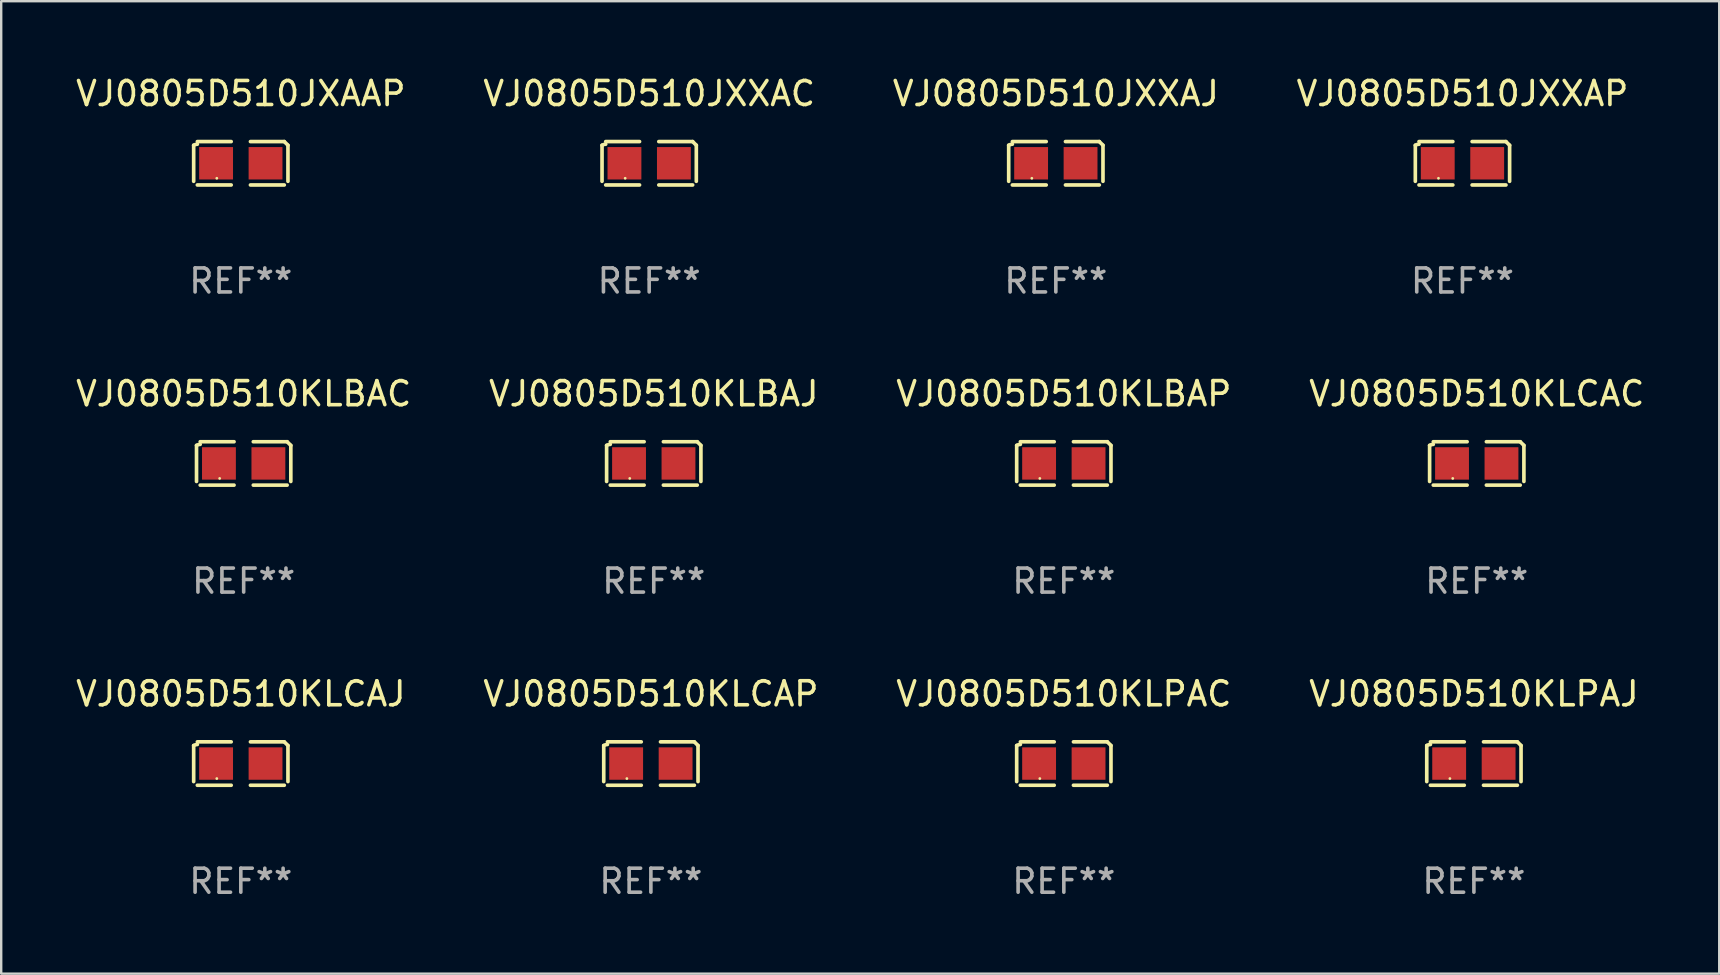
<source format=kicad_pcb>
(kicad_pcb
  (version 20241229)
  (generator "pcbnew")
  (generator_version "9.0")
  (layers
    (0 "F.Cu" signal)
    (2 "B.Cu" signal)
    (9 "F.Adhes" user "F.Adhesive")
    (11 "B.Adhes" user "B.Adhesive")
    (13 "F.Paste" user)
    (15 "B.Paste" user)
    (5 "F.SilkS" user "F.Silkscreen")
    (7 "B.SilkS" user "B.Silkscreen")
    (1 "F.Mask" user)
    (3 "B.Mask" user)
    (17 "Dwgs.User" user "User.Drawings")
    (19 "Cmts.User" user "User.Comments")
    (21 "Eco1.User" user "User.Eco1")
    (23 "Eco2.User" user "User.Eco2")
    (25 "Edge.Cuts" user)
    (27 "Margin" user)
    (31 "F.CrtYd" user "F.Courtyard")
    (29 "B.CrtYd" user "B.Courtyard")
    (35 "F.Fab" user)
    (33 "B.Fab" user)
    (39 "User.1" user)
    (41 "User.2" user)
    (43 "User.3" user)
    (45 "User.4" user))
  (footprint "VJ0805D510KLPAJ"
    (layer "F.Cu")
    (at 58.351 28.759)
    (property "Reference" "VJ0805D510KLPAJ" (at 0 -2.904 0) (layer "F.SilkS") (effects (font (size 1 1) (thickness 0.15))))
    (attr through_hole)
    (fp_line (start -1.964 0.751) (end -1.964 -0.751) (stroke (width 0.152) (type solid)) (layer "F.SilkS"))
    (fp_line (start -1.811 -0.904) (end -0.401 -0.904) (stroke (width 0.152) (type solid)) (layer "F.SilkS"))
    (fp_line (start -0.401 0.904) (end -1.811 0.904) (stroke (width 0.152) (type solid)) (layer "F.SilkS"))
    (fp_line (start 0.401 0.904) (end 1.811 0.904) (stroke (width 0.152) (type solid)) (layer "F.SilkS"))
    (fp_line (start 1.811 -0.904) (end 0.401 -0.904) (stroke (width 0.152) (type solid)) (layer "F.SilkS"))
    (fp_line (start 1.964 0.751) (end 1.964 -0.751) (stroke (width 0.152) (type solid)) (layer "F.SilkS"))
    (fp_arc (start -1.963602 -0.751207) (mid -1.890354 -0.783131) (end -1.811201 -0.794044) (stroke (width 0.1524) (type solid)) (layer "F.SilkS"))
    (fp_arc (start 1.811202 -0.903607) (mid 1.887413 -0.827418) (end 1.963602 -0.751207) (stroke (width 0.1524) (type solid)) (layer "F.SilkS"))
    (fp_circle (center -1 0.625) (end -0.97 0.625) (stroke (width 0.06) (type solid)) (fill no) (layer "F.SilkS"))
    (fp_text user "REF**" (at 0 4.904 0) (layer "F.Fab") (effects (font (size 1 1) (thickness 0.15))))
    (pad "1" smd rect (at -1.03 0) (size 1.41 1.35) (layers "F.Cu" "F.Mask" "F.Paste"))
    (pad "2" smd rect (at 1.03 0) (size 1.41 1.35) (layers "F.Cu" "F.Mask" "F.Paste")))
  (footprint "VJ0805D510JXXAJ"
    (layer "F.Cu")
    (at 40.935 3.752)
    (property "Reference" "VJ0805D510JXXAJ" (at 0 -2.904 0) (layer "F.SilkS") (effects (font (size 1 1) (thickness 0.15))))
    (attr through_hole)
    (fp_line (start -1.964 0.751) (end -1.964 -0.751) (stroke (width 0.152) (type solid)) (layer "F.SilkS"))
    (fp_line (start -1.811 -0.904) (end -0.401 -0.904) (stroke (width 0.152) (type solid)) (layer "F.SilkS"))
    (fp_line (start -0.401 0.904) (end -1.811 0.904) (stroke (width 0.152) (type solid)) (layer "F.SilkS"))
    (fp_line (start 0.401 0.904) (end 1.811 0.904) (stroke (width 0.152) (type solid)) (layer "F.SilkS"))
    (fp_line (start 1.811 -0.904) (end 0.401 -0.904) (stroke (width 0.152) (type solid)) (layer "F.SilkS"))
    (fp_line (start 1.964 0.751) (end 1.964 -0.751) (stroke (width 0.152) (type solid)) (layer "F.SilkS"))
    (fp_arc (start -1.963602 -0.751207) (mid -1.890354 -0.783131) (end -1.811201 -0.794044) (stroke (width 0.1524) (type solid)) (layer "F.SilkS"))
    (fp_arc (start 1.811202 -0.903607) (mid 1.887413 -0.827418) (end 1.963602 -0.751207) (stroke (width 0.1524) (type solid)) (layer "F.SilkS"))
    (fp_circle (center -1 0.625) (end -0.97 0.625) (stroke (width 0.06) (type solid)) (fill no) (layer "F.SilkS"))
    (fp_text user "REF**" (at 0 4.904 0) (layer "F.Fab") (effects (font (size 1 1) (thickness 0.15))))
    (pad "1" smd rect (at -1.03 0) (size 1.41 1.35) (layers "F.Cu" "F.Mask" "F.Paste"))
    (pad "2" smd rect (at 1.03 0) (size 1.41 1.35) (layers "F.Cu" "F.Mask" "F.Paste")))
  (footprint "VJ0805D510KLCAJ"
    (layer "F.Cu")
    (at 6.982 28.759)
    (property "Reference" "VJ0805D510KLCAJ" (at 0 -2.904 0) (layer "F.SilkS") (effects (font (size 1 1) (thickness 0.15))))
    (attr through_hole)
    (fp_line (start -1.964 0.751) (end -1.964 -0.751) (stroke (width 0.152) (type solid)) (layer "F.SilkS"))
    (fp_line (start -1.811 -0.904) (end -0.401 -0.904) (stroke (width 0.152) (type solid)) (layer "F.SilkS"))
    (fp_line (start -0.401 0.904) (end -1.811 0.904) (stroke (width 0.152) (type solid)) (layer "F.SilkS"))
    (fp_line (start 0.401 0.904) (end 1.811 0.904) (stroke (width 0.152) (type solid)) (layer "F.SilkS"))
    (fp_line (start 1.811 -0.904) (end 0.401 -0.904) (stroke (width 0.152) (type solid)) (layer "F.SilkS"))
    (fp_line (start 1.964 0.751) (end 1.964 -0.751) (stroke (width 0.152) (type solid)) (layer "F.SilkS"))
    (fp_arc (start -1.963602 -0.751207) (mid -1.890354 -0.783131) (end -1.811201 -0.794044) (stroke (width 0.1524) (type solid)) (layer "F.SilkS"))
    (fp_arc (start 1.811202 -0.903607) (mid 1.887413 -0.827418) (end 1.963602 -0.751207) (stroke (width 0.1524) (type solid)) (layer "F.SilkS"))
    (fp_circle (center -1 0.625) (end -0.97 0.625) (stroke (width 0.06) (type solid)) (fill no) (layer "F.SilkS"))
    (fp_text user "REF**" (at 0 4.904 0) (layer "F.Fab") (effects (font (size 1 1) (thickness 0.15))))
    (pad "1" smd rect (at -1.03 0) (size 1.41 1.35) (layers "F.Cu" "F.Mask" "F.Paste"))
    (pad "2" smd rect (at 1.03 0) (size 1.41 1.35) (layers "F.Cu" "F.Mask" "F.Paste")))
  (footprint "VJ0805D510KLPAC"
    (layer "F.Cu")
    (at 41.268 28.759)
    (property "Reference" "VJ0805D510KLPAC" (at 0 -2.904 0) (layer "F.SilkS") (effects (font (size 1 1) (thickness 0.15))))
    (attr through_hole)
    (fp_line (start -1.964 0.751) (end -1.964 -0.751) (stroke (width 0.152) (type solid)) (layer "F.SilkS"))
    (fp_line (start -1.811 -0.904) (end -0.401 -0.904) (stroke (width 0.152) (type solid)) (layer "F.SilkS"))
    (fp_line (start -0.401 0.904) (end -1.811 0.904) (stroke (width 0.152) (type solid)) (layer "F.SilkS"))
    (fp_line (start 0.401 0.904) (end 1.811 0.904) (stroke (width 0.152) (type solid)) (layer "F.SilkS"))
    (fp_line (start 1.811 -0.904) (end 0.401 -0.904) (stroke (width 0.152) (type solid)) (layer "F.SilkS"))
    (fp_line (start 1.964 0.751) (end 1.964 -0.751) (stroke (width 0.152) (type solid)) (layer "F.SilkS"))
    (fp_arc (start -1.963602 -0.751207) (mid -1.890354 -0.783131) (end -1.811201 -0.794044) (stroke (width 0.1524) (type solid)) (layer "F.SilkS"))
    (fp_arc (start 1.811202 -0.903607) (mid 1.887413 -0.827418) (end 1.963602 -0.751207) (stroke (width 0.1524) (type solid)) (layer "F.SilkS"))
    (fp_circle (center -1 0.625) (end -0.97 0.625) (stroke (width 0.06) (type solid)) (fill no) (layer "F.SilkS"))
    (fp_text user "REF**" (at 0 4.904 0) (layer "F.Fab") (effects (font (size 1 1) (thickness 0.15))))
    (pad "1" smd rect (at -1.03 0) (size 1.41 1.35) (layers "F.Cu" "F.Mask" "F.Paste"))
    (pad "2" smd rect (at 1.03 0) (size 1.41 1.35) (layers "F.Cu" "F.Mask" "F.Paste")))
  (footprint "VJ0805D510KLCAP"
    (layer "F.Cu")
    (at 24.065 28.759)
    (property "Reference" "VJ0805D510KLCAP" (at 0 -2.904 0) (layer "F.SilkS") (effects (font (size 1 1) (thickness 0.15))))
    (attr through_hole)
    (fp_line (start -1.964 0.751) (end -1.964 -0.751) (stroke (width 0.152) (type solid)) (layer "F.SilkS"))
    (fp_line (start -1.811 -0.904) (end -0.401 -0.904) (stroke (width 0.152) (type solid)) (layer "F.SilkS"))
    (fp_line (start -0.401 0.904) (end -1.811 0.904) (stroke (width 0.152) (type solid)) (layer "F.SilkS"))
    (fp_line (start 0.401 0.904) (end 1.811 0.904) (stroke (width 0.152) (type solid)) (layer "F.SilkS"))
    (fp_line (start 1.811 -0.904) (end 0.401 -0.904) (stroke (width 0.152) (type solid)) (layer "F.SilkS"))
    (fp_line (start 1.964 0.751) (end 1.964 -0.751) (stroke (width 0.152) (type solid)) (layer "F.SilkS"))
    (fp_arc (start -1.963602 -0.751207) (mid -1.890354 -0.783131) (end -1.811201 -0.794044) (stroke (width 0.1524) (type solid)) (layer "F.SilkS"))
    (fp_arc (start 1.811202 -0.903607) (mid 1.887413 -0.827418) (end 1.963602 -0.751207) (stroke (width 0.1524) (type solid)) (layer "F.SilkS"))
    (fp_circle (center -1 0.625) (end -0.97 0.625) (stroke (width 0.06) (type solid)) (fill no) (layer "F.SilkS"))
    (fp_text user "REF**" (at 0 4.904 0) (layer "F.Fab") (effects (font (size 1 1) (thickness 0.15))))
    (pad "1" smd rect (at -1.03 0) (size 1.41 1.35) (layers "F.Cu" "F.Mask" "F.Paste"))
    (pad "2" smd rect (at 1.03 0) (size 1.41 1.35) (layers "F.Cu" "F.Mask" "F.Paste")))
  (footprint "VJ0805D510KLBAJ"
    (layer "F.Cu")
    (at 24.185 16.256)
    (property "Reference" "VJ0805D510KLBAJ" (at 0 -2.904 0) (layer "F.SilkS") (effects (font (size 1 1) (thickness 0.15))))
    (attr through_hole)
    (fp_line (start -1.964 0.751) (end -1.964 -0.751) (stroke (width 0.152) (type solid)) (layer "F.SilkS"))
    (fp_line (start -1.811 -0.904) (end -0.401 -0.904) (stroke (width 0.152) (type solid)) (layer "F.SilkS"))
    (fp_line (start -0.401 0.904) (end -1.811 0.904) (stroke (width 0.152) (type solid)) (layer "F.SilkS"))
    (fp_line (start 0.401 0.904) (end 1.811 0.904) (stroke (width 0.152) (type solid)) (layer "F.SilkS"))
    (fp_line (start 1.811 -0.904) (end 0.401 -0.904) (stroke (width 0.152) (type solid)) (layer "F.SilkS"))
    (fp_line (start 1.964 0.751) (end 1.964 -0.751) (stroke (width 0.152) (type solid)) (layer "F.SilkS"))
    (fp_arc (start -1.963602 -0.751207) (mid -1.890354 -0.783131) (end -1.811201 -0.794044) (stroke (width 0.1524) (type solid)) (layer "F.SilkS"))
    (fp_arc (start 1.811202 -0.903607) (mid 1.887413 -0.827418) (end 1.963602 -0.751207) (stroke (width 0.1524) (type solid)) (layer "F.SilkS"))
    (fp_circle (center -1 0.625) (end -0.97 0.625) (stroke (width 0.06) (type solid)) (fill no) (layer "F.SilkS"))
    (fp_text user "REF**" (at 0 4.904 0) (layer "F.Fab") (effects (font (size 1 1) (thickness 0.15))))
    (pad "1" smd rect (at -1.03 0) (size 1.41 1.35) (layers "F.Cu" "F.Mask" "F.Paste"))
    (pad "2" smd rect (at 1.03 0) (size 1.41 1.35) (layers "F.Cu" "F.Mask" "F.Paste")))
  (footprint "VJ0805D510JXXAP"
    (layer "F.Cu")
    (at 57.875 3.752)
    (property "Reference" "VJ0805D510JXXAP" (at 0 -2.904 0) (layer "F.SilkS") (effects (font (size 1 1) (thickness 0.15))))
    (attr through_hole)
    (fp_line (start -1.964 0.751) (end -1.964 -0.751) (stroke (width 0.152) (type solid)) (layer "F.SilkS"))
    (fp_line (start -1.811 -0.904) (end -0.401 -0.904) (stroke (width 0.152) (type solid)) (layer "F.SilkS"))
    (fp_line (start -0.401 0.904) (end -1.811 0.904) (stroke (width 0.152) (type solid)) (layer "F.SilkS"))
    (fp_line (start 0.401 0.904) (end 1.811 0.904) (stroke (width 0.152) (type solid)) (layer "F.SilkS"))
    (fp_line (start 1.811 -0.904) (end 0.401 -0.904) (stroke (width 0.152) (type solid)) (layer "F.SilkS"))
    (fp_line (start 1.964 0.751) (end 1.964 -0.751) (stroke (width 0.152) (type solid)) (layer "F.SilkS"))
    (fp_arc (start -1.963602 -0.751207) (mid -1.890354 -0.783131) (end -1.811201 -0.794044) (stroke (width 0.1524) (type solid)) (layer "F.SilkS"))
    (fp_arc (start 1.811202 -0.903607) (mid 1.887413 -0.827418) (end 1.963602 -0.751207) (stroke (width 0.1524) (type solid)) (layer "F.SilkS"))
    (fp_circle (center -1 0.625) (end -0.97 0.625) (stroke (width 0.06) (type solid)) (fill no) (layer "F.SilkS"))
    (fp_text user "REF**" (at 0 4.904 0) (layer "F.Fab") (effects (font (size 1 1) (thickness 0.15))))
    (pad "1" smd rect (at -1.03 0) (size 1.41 1.35) (layers "F.Cu" "F.Mask" "F.Paste"))
    (pad "2" smd rect (at 1.03 0) (size 1.41 1.35) (layers "F.Cu" "F.Mask" "F.Paste")))
  (footprint "VJ0805D510JXAAP"
    (layer "F.Cu")
    (at 6.982 3.752)
    (property "Reference" "VJ0805D510JXAAP" (at 0 -2.904 0) (layer "F.SilkS") (effects (font (size 1 1) (thickness 0.15))))
    (attr through_hole)
    (fp_line (start -1.964 0.751) (end -1.964 -0.751) (stroke (width 0.152) (type solid)) (layer "F.SilkS"))
    (fp_line (start -1.811 -0.904) (end -0.401 -0.904) (stroke (width 0.152) (type solid)) (layer "F.SilkS"))
    (fp_line (start -0.401 0.904) (end -1.811 0.904) (stroke (width 0.152) (type solid)) (layer "F.SilkS"))
    (fp_line (start 0.401 0.904) (end 1.811 0.904) (stroke (width 0.152) (type solid)) (layer "F.SilkS"))
    (fp_line (start 1.811 -0.904) (end 0.401 -0.904) (stroke (width 0.152) (type solid)) (layer "F.SilkS"))
    (fp_line (start 1.964 0.751) (end 1.964 -0.751) (stroke (width 0.152) (type solid)) (layer "F.SilkS"))
    (fp_arc (start -1.963602 -0.751207) (mid -1.890354 -0.783131) (end -1.811201 -0.794044) (stroke (width 0.1524) (type solid)) (layer "F.SilkS"))
    (fp_arc (start 1.811202 -0.903607) (mid 1.887413 -0.827418) (end 1.963602 -0.751207) (stroke (width 0.1524) (type solid)) (layer "F.SilkS"))
    (fp_circle (center -1 0.625) (end -0.97 0.625) (stroke (width 0.06) (type solid)) (fill no) (layer "F.SilkS"))
    (fp_text user "REF**" (at 0 4.904 0) (layer "F.Fab") (effects (font (size 1 1) (thickness 0.15))))
    (pad "1" smd rect (at -1.03 0) (size 1.41 1.35) (layers "F.Cu" "F.Mask" "F.Paste"))
    (pad "2" smd rect (at 1.03 0) (size 1.41 1.35) (layers "F.Cu" "F.Mask" "F.Paste")))
  (footprint "VJ0805D510KLBAC"
    (layer "F.Cu")
    (at 7.101 16.256)
    (property "Reference" "VJ0805D510KLBAC" (at 0 -2.904 0) (layer "F.SilkS") (effects (font (size 1 1) (thickness 0.15))))
    (attr through_hole)
    (fp_line (start -1.964 0.751) (end -1.964 -0.751) (stroke (width 0.152) (type solid)) (layer "F.SilkS"))
    (fp_line (start -1.811 -0.904) (end -0.401 -0.904) (stroke (width 0.152) (type solid)) (layer "F.SilkS"))
    (fp_line (start -0.401 0.904) (end -1.811 0.904) (stroke (width 0.152) (type solid)) (layer "F.SilkS"))
    (fp_line (start 0.401 0.904) (end 1.811 0.904) (stroke (width 0.152) (type solid)) (layer "F.SilkS"))
    (fp_line (start 1.811 -0.904) (end 0.401 -0.904) (stroke (width 0.152) (type solid)) (layer "F.SilkS"))
    (fp_line (start 1.964 0.751) (end 1.964 -0.751) (stroke (width 0.152) (type solid)) (layer "F.SilkS"))
    (fp_arc (start -1.963602 -0.751207) (mid -1.890354 -0.783131) (end -1.811201 -0.794044) (stroke (width 0.1524) (type solid)) (layer "F.SilkS"))
    (fp_arc (start 1.811202 -0.903607) (mid 1.887413 -0.827418) (end 1.963602 -0.751207) (stroke (width 0.1524) (type solid)) (layer "F.SilkS"))
    (fp_circle (center -1 0.625) (end -0.97 0.625) (stroke (width 0.06) (type solid)) (fill no) (layer "F.SilkS"))
    (fp_text user "REF**" (at 0 4.904 0) (layer "F.Fab") (effects (font (size 1 1) (thickness 0.15))))
    (pad "1" smd rect (at -1.03 0) (size 1.41 1.35) (layers "F.Cu" "F.Mask" "F.Paste"))
    (pad "2" smd rect (at 1.03 0) (size 1.41 1.35) (layers "F.Cu" "F.Mask" "F.Paste")))
  (footprint "VJ0805D510KLBAP"
    (layer "F.Cu")
    (at 41.268 16.256)
    (property "Reference" "VJ0805D510KLBAP" (at 0 -2.904 0) (layer "F.SilkS") (effects (font (size 1 1) (thickness 0.15))))
    (attr through_hole)
    (fp_line (start -1.964 0.751) (end -1.964 -0.751) (stroke (width 0.152) (type solid)) (layer "F.SilkS"))
    (fp_line (start -1.811 -0.904) (end -0.401 -0.904) (stroke (width 0.152) (type solid)) (layer "F.SilkS"))
    (fp_line (start -0.401 0.904) (end -1.811 0.904) (stroke (width 0.152) (type solid)) (layer "F.SilkS"))
    (fp_line (start 0.401 0.904) (end 1.811 0.904) (stroke (width 0.152) (type solid)) (layer "F.SilkS"))
    (fp_line (start 1.811 -0.904) (end 0.401 -0.904) (stroke (width 0.152) (type solid)) (layer "F.SilkS"))
    (fp_line (start 1.964 0.751) (end 1.964 -0.751) (stroke (width 0.152) (type solid)) (layer "F.SilkS"))
    (fp_arc (start -1.963602 -0.751207) (mid -1.890354 -0.783131) (end -1.811201 -0.794044) (stroke (width 0.1524) (type solid)) (layer "F.SilkS"))
    (fp_arc (start 1.811202 -0.903607) (mid 1.887413 -0.827418) (end 1.963602 -0.751207) (stroke (width 0.1524) (type solid)) (layer "F.SilkS"))
    (fp_circle (center -1 0.625) (end -0.97 0.625) (stroke (width 0.06) (type solid)) (fill no) (layer "F.SilkS"))
    (fp_text user "REF**" (at 0 4.904 0) (layer "F.Fab") (effects (font (size 1 1) (thickness 0.15))))
    (pad "1" smd rect (at -1.03 0) (size 1.41 1.35) (layers "F.Cu" "F.Mask" "F.Paste"))
    (pad "2" smd rect (at 1.03 0) (size 1.41 1.35) (layers "F.Cu" "F.Mask" "F.Paste")))
  (footprint "VJ0805D510JXXAC"
    (layer "F.Cu")
    (at 23.994 3.752)
    (property "Reference" "VJ0805D510JXXAC" (at 0 -2.904 0) (layer "F.SilkS") (effects (font (size 1 1) (thickness 0.15))))
    (attr through_hole)
    (fp_line (start -1.964 0.751) (end -1.964 -0.751) (stroke (width 0.152) (type solid)) (layer "F.SilkS"))
    (fp_line (start -1.811 -0.904) (end -0.401 -0.904) (stroke (width 0.152) (type solid)) (layer "F.SilkS"))
    (fp_line (start -0.401 0.904) (end -1.811 0.904) (stroke (width 0.152) (type solid)) (layer "F.SilkS"))
    (fp_line (start 0.401 0.904) (end 1.811 0.904) (stroke (width 0.152) (type solid)) (layer "F.SilkS"))
    (fp_line (start 1.811 -0.904) (end 0.401 -0.904) (stroke (width 0.152) (type solid)) (layer "F.SilkS"))
    (fp_line (start 1.964 0.751) (end 1.964 -0.751) (stroke (width 0.152) (type solid)) (layer "F.SilkS"))
    (fp_arc (start -1.963602 -0.751207) (mid -1.890354 -0.783131) (end -1.811201 -0.794044) (stroke (width 0.1524) (type solid)) (layer "F.SilkS"))
    (fp_arc (start 1.811202 -0.903607) (mid 1.887413 -0.827418) (end 1.963602 -0.751207) (stroke (width 0.1524) (type solid)) (layer "F.SilkS"))
    (fp_circle (center -1 0.625) (end -0.97 0.625) (stroke (width 0.06) (type solid)) (fill no) (layer "F.SilkS"))
    (fp_text user "REF**" (at 0 4.904 0) (layer "F.Fab") (effects (font (size 1 1) (thickness 0.15))))
    (pad "1" smd rect (at -1.03 0) (size 1.41 1.35) (layers "F.Cu" "F.Mask" "F.Paste"))
    (pad "2" smd rect (at 1.03 0) (size 1.41 1.35) (layers "F.Cu" "F.Mask" "F.Paste")))
  (footprint "VJ0805D510KLCAC"
    (layer "F.Cu")
    (at 58.47 16.256)
    (property "Reference" "VJ0805D510KLCAC" (at 0 -2.904 0) (layer "F.SilkS") (effects (font (size 1 1) (thickness 0.15))))
    (attr through_hole)
    (fp_line (start -1.964 0.751) (end -1.964 -0.751) (stroke (width 0.152) (type solid)) (layer "F.SilkS"))
    (fp_line (start -1.811 -0.904) (end -0.401 -0.904) (stroke (width 0.152) (type solid)) (layer "F.SilkS"))
    (fp_line (start -0.401 0.904) (end -1.811 0.904) (stroke (width 0.152) (type solid)) (layer "F.SilkS"))
    (fp_line (start 0.401 0.904) (end 1.811 0.904) (stroke (width 0.152) (type solid)) (layer "F.SilkS"))
    (fp_line (start 1.811 -0.904) (end 0.401 -0.904) (stroke (width 0.152) (type solid)) (layer "F.SilkS"))
    (fp_line (start 1.964 0.751) (end 1.964 -0.751) (stroke (width 0.152) (type solid)) (layer "F.SilkS"))
    (fp_arc (start -1.963602 -0.751207) (mid -1.890354 -0.783131) (end -1.811201 -0.794044) (stroke (width 0.1524) (type solid)) (layer "F.SilkS"))
    (fp_arc (start 1.811202 -0.903607) (mid 1.887413 -0.827418) (end 1.963602 -0.751207) (stroke (width 0.1524) (type solid)) (layer "F.SilkS"))
    (fp_circle (center -1 0.625) (end -0.97 0.625) (stroke (width 0.06) (type solid)) (fill no) (layer "F.SilkS"))
    (fp_text user "REF**" (at 0 4.904 0) (layer "F.Fab") (effects (font (size 1 1) (thickness 0.15))))
    (pad "1" smd rect (at -1.03 0) (size 1.41 1.35) (layers "F.Cu" "F.Mask" "F.Paste"))
    (pad "2" smd rect (at 1.03 0) (size 1.41 1.35) (layers "F.Cu" "F.Mask" "F.Paste")))
  (gr_rect
    (start -3 -3)
    (end 68.571 37.511)
    (stroke (width 0.1) (type default))
    (fill no)
    (layer "Edge.Cuts")))
</source>
